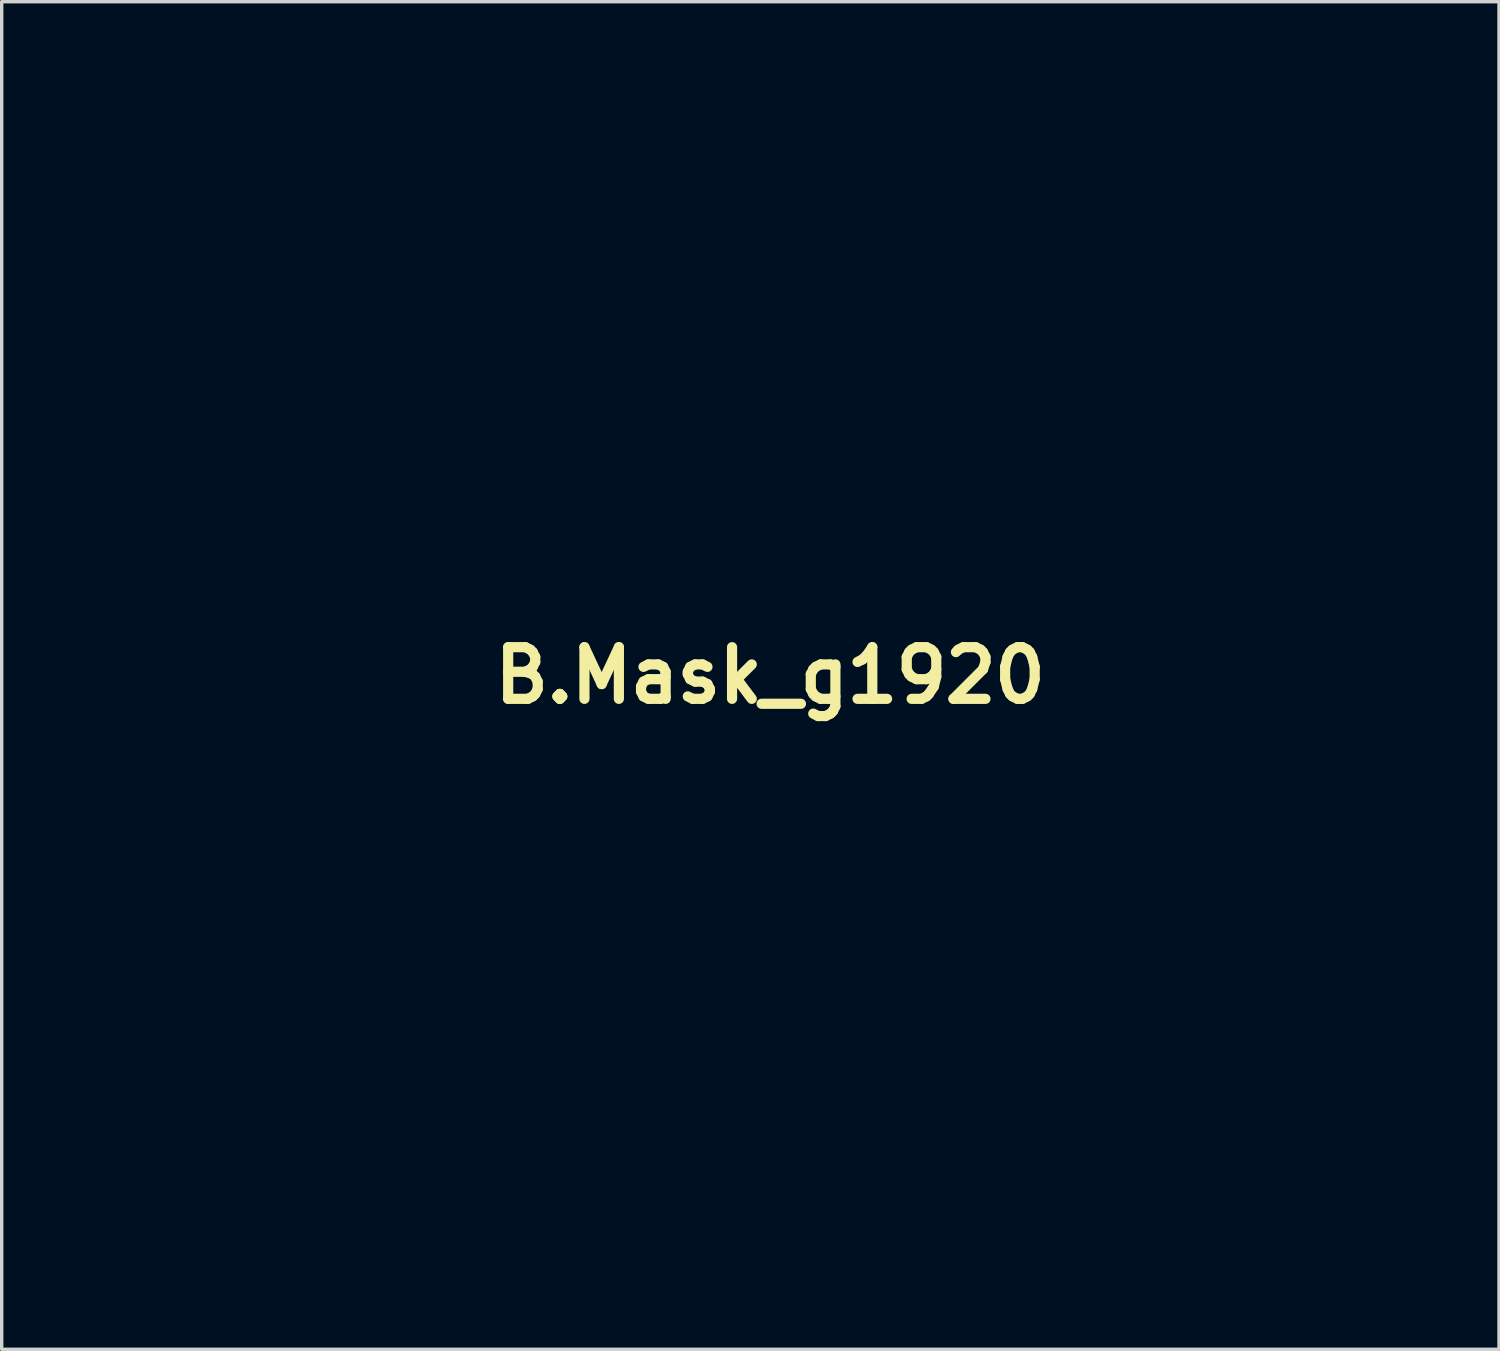
<source format=kicad_pcb>
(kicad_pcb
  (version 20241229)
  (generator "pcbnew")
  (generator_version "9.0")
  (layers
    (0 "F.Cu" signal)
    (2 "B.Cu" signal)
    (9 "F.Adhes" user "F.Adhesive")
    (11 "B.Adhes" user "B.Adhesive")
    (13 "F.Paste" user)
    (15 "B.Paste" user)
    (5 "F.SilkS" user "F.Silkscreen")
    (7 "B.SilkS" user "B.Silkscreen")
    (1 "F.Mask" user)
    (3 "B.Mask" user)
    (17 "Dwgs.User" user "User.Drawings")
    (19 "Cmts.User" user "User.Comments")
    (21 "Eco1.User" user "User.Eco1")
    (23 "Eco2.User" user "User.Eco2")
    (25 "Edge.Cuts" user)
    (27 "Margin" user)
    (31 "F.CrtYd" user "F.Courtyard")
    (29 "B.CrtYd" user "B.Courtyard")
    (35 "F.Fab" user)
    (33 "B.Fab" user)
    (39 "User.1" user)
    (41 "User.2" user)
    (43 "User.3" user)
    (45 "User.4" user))
  (footprint "B.Mask_g1920"
    (layer "F.Cu")
    (at 19.669 16.875)
    (property "Reference" "B.Mask_g1920" (at 0 0 0) (layer "F.SilkS") (effects (font (size 1.524 1.524) (thickness 0.3))))
    (attr through_hole)
    (fp_poly (pts (xy -3.775 -3.817) (xy -3.544 -3.67) (xy -3.49 -3.619) (xy -3.333 -3.41) (xy -3.245 -3.176) (xy -3.221 -2.932) (xy -3.262 -2.694) (xy -3.363 -2.476) (xy -3.523 -2.296) (xy -3.694 -2.187) (xy -3.967 -2.085) (xy -4.205 -2.054) (xy -4.339 -2.072) (xy -4.593 -2.172) (xy -4.8 -2.33) (xy -4.954 -2.534) (xy -5.044 -2.77) (xy -5.063 -3.025) (xy -5.04 -3.166) (xy -4.943 -3.427) (xy -4.793 -3.627) (xy -4.583 -3.775) (xy -4.567 -3.784) (xy -4.297 -3.876) (xy -4.029 -3.887) (xy -3.775 -3.817)) (stroke (width 0.01) (type solid)) (fill yes) (layer "B.Mask"))
    (fp_poly (pts (xy -4.897 1.018) (xy -4.771 1.091) (xy -4.77 1.092) (xy -4.608 1.174) (xy -4.413 1.244) (xy -4.296 1.273) (xy -4.023 1.328) (xy -4.047 1.5) (xy -4.088 1.715) (xy -4.149 1.877) (xy -4.245 2.017) (xy -4.334 2.112) (xy -4.539 2.26) (xy -4.78 2.349) (xy -5.032 2.374) (xy -5.275 2.331) (xy -5.382 2.286) (xy -5.59 2.134) (xy -5.751 1.93) (xy -5.854 1.697) (xy -5.884 1.486) (xy -5.881 1.392) (xy -5.858 1.334) (xy -5.8 1.297) (xy -5.687 1.27) (xy -5.569 1.249) (xy -5.371 1.191) (xy -5.157 1.088) (xy -5.036 1.011) (xy -4.979 0.994) (xy -4.897 1.018)) (stroke (width 0.01) (type solid)) (fill yes) (layer "B.Mask"))
    (fp_poly (pts (xy -5.503 -0.441) (xy -5.248 -0.318) (xy -5.274 -0.048) (xy -5.277 0.216) (xy -5.23 0.488) (xy -5.225 0.51) (xy -5.185 0.691) (xy -5.184 0.812) (xy -5.233 0.892) (xy -5.341 0.951) (xy -5.474 0.995) (xy -5.717 1.047) (xy -5.926 1.043) (xy -6.09 1) (xy -6.268 0.907) (xy -6.44 0.768) (xy -6.576 0.61) (xy -6.619 0.536) (xy -6.654 0.42) (xy -6.678 0.262) (xy -6.689 0.09) (xy -6.685 -0.066) (xy -6.665 -0.177) (xy -6.655 -0.2) (xy -6.598 -0.236) (xy -6.485 -0.276) (xy -6.391 -0.299) (xy -6.212 -0.35) (xy -6.027 -0.422) (xy -5.958 -0.456) (xy -5.757 -0.564) (xy -5.503 -0.441)) (stroke (width 0.01) (type solid)) (fill yes) (layer "B.Mask"))
    (fp_poly (pts (xy -3.035 -2.297) (xy -2.897 -2.223) (xy -2.894 -2.221) (xy -2.701 -2.063) (xy -2.566 -1.859) (xy -2.49 -1.626) (xy -2.474 -1.381) (xy -2.518 -1.139) (xy -2.624 -0.918) (xy -2.791 -0.733) (xy -2.841 -0.695) (xy -3.086 -0.569) (xy -3.344 -0.516) (xy -3.597 -0.538) (xy -3.747 -0.591) (xy -3.891 -0.662) (xy -3.97 -0.718) (xy -3.991 -0.78) (xy -3.965 -0.872) (xy -3.913 -0.99) (xy -3.85 -1.143) (xy -3.819 -1.277) (xy -3.813 -1.433) (xy -3.816 -1.534) (xy -3.831 -1.836) (xy -3.591 -1.976) (xy -3.45 -2.067) (xy -3.33 -2.16) (xy -3.267 -2.223) (xy -3.197 -2.297) (xy -3.128 -2.321) (xy -3.035 -2.297)) (stroke (width 0.01) (type solid)) (fill yes) (layer "B.Mask"))
    (fp_poly (pts (xy -4.716 -1.986) (xy -4.552 -1.914) (xy -4.388 -1.857) (xy -4.281 -1.833) (xy -4.166 -1.81) (xy -4.091 -1.781) (xy -4.081 -1.771) (xy -4.056 -1.678) (xy -4.051 -1.531) (xy -4.063 -1.359) (xy -4.091 -1.191) (xy -4.131 -1.054) (xy -4.143 -1.028) (xy -4.298 -0.808) (xy -4.504 -0.645) (xy -4.744 -0.545) (xy -5.002 -0.516) (xy -5.223 -0.552) (xy -5.444 -0.657) (xy -5.63 -0.821) (xy -5.772 -1.026) (xy -5.86 -1.255) (xy -5.886 -1.491) (xy -5.843 -1.712) (xy -5.786 -1.796) (xy -5.685 -1.82) (xy -5.679 -1.82) (xy -5.581 -1.839) (xy -5.439 -1.889) (xy -5.281 -1.96) (xy -5.265 -1.968) (xy -4.974 -2.116) (xy -4.716 -1.986)) (stroke (width 0.01) (type solid)) (fill yes) (layer "B.Mask"))
    (fp_poly (pts (xy -6.758 -2.299) (xy -6.649 -2.223) (xy -6.611 -2.188) (xy -6.473 -2.071) (xy -6.316 -1.961) (xy -6.269 -1.932) (xy -6.083 -1.827) (xy -6.092 -1.508) (xy -6.09 -1.3) (xy -6.066 -1.14) (xy -6.015 -0.994) (xy -6.014 -0.991) (xy -5.964 -0.871) (xy -5.932 -0.783) (xy -5.927 -0.757) (xy -5.964 -0.71) (xy -6.06 -0.653) (xy -6.193 -0.597) (xy -6.337 -0.551) (xy -6.469 -0.526) (xy -6.647 -0.528) (xy -6.813 -0.561) (xy -6.826 -0.566) (xy -7.067 -0.695) (xy -7.253 -0.874) (xy -7.38 -1.088) (xy -7.447 -1.324) (xy -7.451 -1.567) (xy -7.388 -1.805) (xy -7.257 -2.024) (xy -7.128 -2.153) (xy -6.977 -2.265) (xy -6.86 -2.313) (xy -6.758 -2.299)) (stroke (width 0.01) (type solid)) (fill yes) (layer "B.Mask"))
    (fp_poly (pts (xy -5.617 -3.876) (xy -5.449 -3.832) (xy -5.301 -3.771) (xy -5.202 -3.703) (xy -5.185 -3.682) (xy -5.179 -3.618) (xy -5.194 -3.497) (xy -5.225 -3.343) (xy -5.231 -3.317) (xy -5.271 -3.143) (xy -5.286 -3.015) (xy -5.28 -2.898) (xy -5.253 -2.762) (xy -5.206 -2.552) (xy -5.179 -2.409) (xy -5.176 -2.316) (xy -5.198 -2.257) (xy -5.249 -2.215) (xy -5.33 -2.174) (xy -5.341 -2.169) (xy -5.595 -2.083) (xy -5.846 -2.056) (xy -6.001 -2.074) (xy -6.239 -2.17) (xy -6.436 -2.332) (xy -6.584 -2.545) (xy -6.67 -2.795) (xy -6.689 -2.98) (xy -6.677 -3.184) (xy -6.634 -3.341) (xy -6.546 -3.487) (xy -6.47 -3.579) (xy -6.258 -3.759) (xy -6.009 -3.864) (xy -5.779 -3.893) (xy -5.617 -3.876)) (stroke (width 0.01) (type solid)) (fill yes) (layer "B.Mask"))
    (fp_poly (pts (xy -3.967 -0.451) (xy -3.801 -0.379) (xy -3.623 -0.321) (xy -3.542 -0.302) (xy -3.39 -0.266) (xy -3.301 -0.217) (xy -3.254 -0.135) (xy -3.23 -0.009) (xy -3.232 0.249) (xy -3.302 0.496) (xy -3.431 0.705) (xy -3.46 0.737) (xy -3.642 0.897) (xy -3.828 0.992) (xy -4.049 1.04) (xy -4.103 1.045) (xy -4.264 1.049) (xy -4.396 1.024) (xy -4.546 0.96) (xy -4.563 0.951) (xy -4.78 0.804) (xy -4.933 0.609) (xy -5.032 0.357) (xy -5.043 0.31) (xy -5.071 0.138) (xy -5.063 -0.002) (xy -5.043 -0.083) (xy -5 -0.194) (xy -4.938 -0.254) (xy -4.825 -0.292) (xy -4.814 -0.295) (xy -4.671 -0.34) (xy -4.503 -0.408) (xy -4.412 -0.451) (xy -4.188 -0.562) (xy -3.967 -0.451)) (stroke (width 0.01) (type solid)) (fill yes) (layer "B.Mask"))
    (fp_poly (pts (xy 7.493 10.251) (xy 7.126 10.671) (xy 6.76 11.091) (xy 4.836 11.091) (xy 3.937 10.127) (xy 3.937 7.832) (xy 5.503 7.832) (xy 5.503 7.927) (xy 5.498 7.999) (xy 5.484 8.14) (xy 5.464 8.332) (xy 5.439 8.56) (xy 5.419 8.742) (xy 5.391 8.98) (xy 5.367 9.188) (xy 5.349 9.353) (xy 5.338 9.459) (xy 5.335 9.492) (xy 5.367 9.526) (xy 5.451 9.593) (xy 5.569 9.679) (xy 5.701 9.77) (xy 5.829 9.853) (xy 5.877 9.882) (xy 5.902 9.883) (xy 5.916 9.841) (xy 5.92 9.744) (xy 5.915 9.581) (xy 5.909 9.477) (xy 5.899 9.278) (xy 5.888 9.021) (xy 5.876 8.735) (xy 5.865 8.444) (xy 5.86 8.308) (xy 5.835 7.578) (xy 7.493 7.578) (xy 7.493 10.251)) (stroke (width 0.01) (type solid)) (fill yes) (layer "B.Mask"))
    (fp_poly (pts (xy -5.019 6.087) (xy -4.944 6.165) (xy -4.852 6.269) (xy -4.762 6.377) (xy -4.691 6.47) (xy -4.658 6.527) (xy -4.657 6.532) (xy -4.686 6.564) (xy -4.767 6.639) (xy -4.884 6.747) (xy -5.025 6.875) (xy -5.177 7.011) (xy -5.327 7.144) (xy -5.46 7.261) (xy -5.565 7.351) (xy -5.627 7.401) (xy -5.638 7.408) (xy -5.676 7.386) (xy -5.772 7.327) (xy -5.912 7.239) (xy -6.082 7.13) (xy -6.117 7.108) (xy -6.294 6.993) (xy -6.447 6.892) (xy -6.559 6.816) (xy -6.617 6.775) (xy -6.621 6.772) (xy -6.615 6.726) (xy -6.575 6.628) (xy -6.514 6.498) (xy -6.441 6.357) (xy -6.366 6.226) (xy -6.299 6.124) (xy -6.279 6.098) (xy -6.244 6.118) (xy -6.164 6.187) (xy -6.049 6.293) (xy -5.946 6.394) (xy -5.629 6.709) (xy -5.524 6.583) (xy -5.437 6.476) (xy -5.329 6.34) (xy -5.262 6.255) (xy -5.172 6.148) (xy -5.097 6.076) (xy -5.061 6.056) (xy -5.019 6.087)) (stroke (width 0.01) (type solid)) (fill yes) (layer "B.Mask"))
    (fp_poly (pts (xy 2.714 7.647) (xy 3.768 7.72) (xy 3.768 7.85) (xy 3.765 7.921) (xy 3.755 8.066) (xy 3.739 8.275) (xy 3.717 8.537) (xy 3.692 8.841) (xy 3.663 9.177) (xy 3.634 9.514) (xy 3.499 11.049) (xy 2.296 11.049) (xy 2.354 10.742) (xy 2.387 10.571) (xy 2.417 10.418) (xy 2.438 10.314) (xy 2.438 10.313) (xy 2.445 10.266) (xy 2.432 10.248) (xy 2.39 10.264) (xy 2.31 10.32) (xy 2.181 10.42) (xy 2.047 10.527) (xy 1.872 10.667) (xy 1.707 10.797) (xy 1.57 10.904) (xy 1.482 10.971) (xy 1.333 11.079) (xy 0.794 10.863) (xy 0.598 10.782) (xy 0.434 10.711) (xy 0.316 10.655) (xy 0.258 10.621) (xy 0.254 10.616) (xy 0.285 10.579) (xy 0.37 10.5) (xy 0.496 10.388) (xy 0.653 10.256) (xy 0.701 10.217) (xy 1.147 9.849) (xy 0.889 9.588) (xy 0.63 9.327) (xy 0.672 8.851) (xy 1.944 8.851) (xy 2.081 9.042) (xy 2.169 9.154) (xy 2.239 9.209) (xy 2.314 9.222) (xy 2.348 9.22) (xy 2.432 9.203) (xy 2.472 9.157) (xy 2.489 9.054) (xy 2.49 9.04) (xy 2.492 8.889) (xy 2.48 8.744) (xy 2.478 8.733) (xy 2.452 8.594) (xy 1.944 8.851) (xy 0.672 8.851) (xy 0.675 8.823) (xy 0.692 8.622) (xy 0.706 8.45) (xy 0.716 8.326) (xy 0.719 8.269) (xy 0.753 8.228) (xy 0.843 8.15) (xy 0.979 8.046) (xy 1.146 7.926) (xy 1.19 7.896) (xy 1.66 7.573) (xy 2.714 7.647)) (stroke (width 0.01) (type solid)) (fill yes) (layer "B.Mask"))
    (fp_poly (pts (xy -4.321 8.244) (xy -4.102 8.472) (xy -3.938 8.647) (xy -3.82 8.777) (xy -3.744 8.87) (xy -3.703 8.933) (xy -3.691 8.973) (xy -3.702 8.999) (xy -3.71 9.006) (xy -3.77 9.043) (xy -3.891 9.112) (xy -4.057 9.206) (xy -4.256 9.316) (xy -4.41 9.4) (xy -4.617 9.515) (xy -4.795 9.618) (xy -4.933 9.701) (xy -5.017 9.757) (xy -5.038 9.777) (xy -5.009 9.83) (xy -4.976 9.862) (xy -4.935 9.878) (xy -4.87 9.868) (xy -4.766 9.828) (xy -4.611 9.754) (xy -4.461 9.677) (xy -4.283 9.585) (xy -4.132 9.51) (xy -4.025 9.459) (xy -3.977 9.44) (xy -3.976 9.44) (xy -3.943 9.473) (xy -3.877 9.561) (xy -3.791 9.684) (xy -3.697 9.825) (xy -3.606 9.966) (xy -3.53 10.089) (xy -3.482 10.175) (xy -3.471 10.205) (xy -3.504 10.239) (xy -3.594 10.314) (xy -3.729 10.42) (xy -3.9 10.549) (xy -4.027 10.643) (xy -4.583 11.049) (xy -6.256 11.049) (xy -6.578 10.482) (xy -6.689 10.285) (xy -6.784 10.115) (xy -6.854 9.984) (xy -6.894 9.907) (xy -6.9 9.892) (xy -6.867 9.862) (xy -6.774 9.792) (xy -6.633 9.69) (xy -6.453 9.564) (xy -6.246 9.422) (xy -6.224 9.407) (xy -5.548 8.945) (xy -5.642 8.857) (xy -5.736 8.768) (xy -6.075 8.976) (xy -6.228 9.067) (xy -6.357 9.138) (xy -6.442 9.179) (xy -6.463 9.185) (xy -6.51 9.156) (xy -6.598 9.075) (xy -6.716 8.955) (xy -6.838 8.821) (xy -7.163 8.456) (xy -6.246 7.535) (xy -5.002 7.535) (xy -4.321 8.244)) (stroke (width 0.01) (type solid)) (fill yes) (layer "B.Mask"))
    (fp_poly (pts (xy -0.316 7.898) (xy -0.122 8.012) (xy 0.048 8.113) (xy 0.177 8.193) (xy 0.254 8.242) (xy 0.268 8.252) (xy 0.282 8.299) (xy 0.307 8.411) (xy 0.339 8.574) (xy 0.376 8.77) (xy 0.415 8.984) (xy 0.453 9.2) (xy 0.487 9.401) (xy 0.514 9.571) (xy 0.531 9.696) (xy 0.537 9.757) (xy 0.535 9.761) (xy 0.502 9.787) (xy 0.413 9.859) (xy 0.275 9.971) (xy 0.099 10.113) (xy -0.106 10.28) (xy -0.261 10.406) (xy -0.484 10.586) (xy -0.688 10.746) (xy -0.862 10.879) (xy -0.997 10.977) (xy -1.083 11.034) (xy -1.108 11.045) (xy -1.179 11.033) (xy -1.299 11.005) (xy -1.376 10.986) (xy -1.487 10.958) (xy -1.662 10.914) (xy -1.883 10.86) (xy -2.131 10.8) (xy -2.335 10.75) (xy -3.083 10.571) (xy -3.212 9.889) (xy -3.258 9.645) (xy -3.3 9.417) (xy -3.335 9.225) (xy -3.36 9.086) (xy -3.368 9.038) (xy -3.376 8.976) (xy -3.374 8.944) (xy -1.82 8.944) (xy -1.82 9.433) (xy -1.64 9.497) (xy -1.505 9.542) (xy -1.413 9.556) (xy -1.331 9.535) (xy -1.224 9.474) (xy -1.172 9.441) (xy -0.974 9.315) (xy -1.088 9.081) (xy -1.152 8.958) (xy -1.21 8.886) (xy -1.284 8.857) (xy -1.395 8.862) (xy -1.565 8.893) (xy -1.58 8.896) (xy -1.82 8.944) (xy -3.374 8.944) (xy -3.373 8.921) (xy -3.353 8.862) (xy -3.308 8.788) (xy -3.231 8.686) (xy -3.116 8.547) (xy -2.955 8.359) (xy -2.883 8.276) (xy -2.714 8.083) (xy -2.558 7.912) (xy -2.425 7.771) (xy -2.327 7.673) (xy -2.275 7.631) (xy -2.183 7.607) (xy -2.01 7.59) (xy -1.754 7.58) (xy -1.523 7.578) (xy -0.866 7.578) (xy -0.316 7.898)) (stroke (width 0.01) (type solid)) (fill yes) (layer "B.Mask"))
    (fp_poly (pts (xy 2.369 -7.773) (xy 2.756 -7.735) (xy 3.096 -7.669) (xy 3.111 -7.664) (xy 3.65 -7.476) (xy 4.147 -7.217) (xy 4.598 -6.892) (xy 4.997 -6.508) (xy 5.339 -6.07) (xy 5.617 -5.585) (xy 5.826 -5.058) (xy 5.909 -4.753) (xy 5.95 -4.496) (xy 5.971 -4.184) (xy 5.971 -3.847) (xy 5.952 -3.512) (xy 5.914 -3.207) (xy 5.885 -3.063) (xy 5.77 -2.685) (xy 5.603 -2.29) (xy 5.402 -1.916) (xy 5.3 -1.757) (xy 5.127 -1.503) (xy 5.303 -1.323) (xy 5.478 -1.143) (xy 5.614 -1.275) (xy 5.749 -1.406) (xy 6.992 -0.192) (xy 7.388 0.196) (xy 7.728 0.53) (xy 8.015 0.814) (xy 8.255 1.054) (xy 8.451 1.252) (xy 8.608 1.415) (xy 8.73 1.547) (xy 8.822 1.651) (xy 8.888 1.734) (xy 8.932 1.798) (xy 8.959 1.85) (xy 8.959 1.851) (xy 9.012 2.071) (xy 8.99 2.285) (xy 8.906 2.481) (xy 8.768 2.646) (xy 8.589 2.77) (xy 8.378 2.839) (xy 8.146 2.842) (xy 8.097 2.834) (xy 7.958 2.788) (xy 7.843 2.729) (xy 7.779 2.679) (xy 7.671 2.585) (xy 7.517 2.443) (xy 7.316 2.252) (xy 7.064 2.01) (xy 6.76 1.715) (xy 6.403 1.366) (xy 5.989 0.96) (xy 5.586 0.563) (xy 4.675 -0.337) (xy 4.793 -0.456) (xy 4.912 -0.574) (xy 4.727 -0.756) (xy 4.542 -0.937) (xy 4.232 -0.737) (xy 3.85 -0.522) (xy 3.425 -0.339) (xy 2.998 -0.204) (xy 2.919 -0.185) (xy 2.614 -0.137) (xy 2.259 -0.113) (xy 1.884 -0.114) (xy 1.521 -0.14) (xy 1.199 -0.189) (xy 1.131 -0.204) (xy 0.568 -0.383) (xy 0.051 -0.631) (xy -0.416 -0.945) (xy -0.828 -1.32) (xy -1.182 -1.753) (xy -1.473 -2.24) (xy -1.698 -2.778) (xy -1.718 -2.836) (xy -1.767 -3) (xy -1.801 -3.15) (xy -1.825 -3.311) (xy -1.84 -3.505) (xy -1.85 -3.756) (xy -1.852 -3.81) (xy -1.856 -4.129) (xy -1.097 -4.129) (xy -1.094 -3.91) (xy -1.09 -3.811) (xy -1.04 -3.345) (xy -0.931 -2.925) (xy -0.757 -2.535) (xy -0.511 -2.163) (xy -0.188 -1.796) (xy -0.169 -1.777) (xy 0.17 -1.477) (xy 0.535 -1.239) (xy 0.942 -1.055) (xy 1.404 -0.917) (xy 1.609 -0.873) (xy 1.74 -0.861) (xy 1.93 -0.86) (xy 2.154 -0.868) (xy 2.389 -0.885) (xy 2.608 -0.907) (xy 2.788 -0.935) (xy 2.857 -0.951) (xy 3.008 -1) (xy 3.203 -1.076) (xy 3.41 -1.167) (xy 3.514 -1.216) (xy 3.706 -1.316) (xy 3.863 -1.412) (xy 4.009 -1.524) (xy 4.168 -1.67) (xy 4.297 -1.797) (xy 4.635 -2.184) (xy 4.892 -2.587) (xy 5.071 -3.012) (xy 5.175 -3.467) (xy 5.207 -3.937) (xy 5.167 -4.449) (xy 5.049 -4.932) (xy 4.856 -5.381) (xy 4.592 -5.792) (xy 4.261 -6.157) (xy 3.866 -6.473) (xy 3.411 -6.733) (xy 3.404 -6.736) (xy 3.087 -6.87) (xy 2.786 -6.958) (xy 2.471 -7.008) (xy 2.11 -7.026) (xy 2.049 -7.027) (xy 1.604 -7.004) (xy 1.205 -6.931) (xy 0.83 -6.801) (xy 0.65 -6.717) (xy 0.193 -6.443) (xy -0.199 -6.115) (xy -0.525 -5.735) (xy -0.784 -5.304) (xy -0.974 -4.825) (xy -1.022 -4.654) (xy -1.064 -4.47) (xy -1.088 -4.305) (xy -1.097 -4.129) (xy -1.856 -4.129) (xy -1.857 -4.135) (xy -1.849 -4.394) (xy -1.828 -4.605) (xy -1.807 -4.721) (xy -1.652 -5.258) (xy -1.423 -5.76) (xy -1.127 -6.221) (xy -0.769 -6.635) (xy -0.357 -6.995) (xy 0.104 -7.297) (xy 0.608 -7.533) (xy 1.149 -7.697) (xy 1.227 -7.714) (xy 1.574 -7.764) (xy 1.965 -7.783) (xy 2.369 -7.773)) (stroke (width 0.01) (type solid)) (fill yes) (layer "B.Mask"))
    (fp_poly (pts (xy 1.952 -16.758) (xy 2.117 -16.668) (xy 2.279 -16.56) (xy 2.357 -16.496) (xy 2.431 -16.427) (xy 2.495 -16.357) (xy 2.554 -16.279) (xy 2.608 -16.186) (xy 2.661 -16.071) (xy 2.714 -15.925) (xy 2.771 -15.743) (xy 2.833 -15.516) (xy 2.903 -15.238) (xy 2.983 -14.902) (xy 3.075 -14.499) (xy 3.183 -14.023) (xy 3.221 -13.854) (xy 3.312 -13.449) (xy 3.399 -13.069) (xy 3.479 -12.722) (xy 3.551 -12.417) (xy 3.612 -12.16) (xy 3.66 -11.961) (xy 3.695 -11.827) (xy 3.713 -11.766) (xy 3.715 -11.763) (xy 3.761 -11.741) (xy 3.875 -11.691) (xy 4.049 -11.617) (xy 4.272 -11.524) (xy 4.534 -11.417) (xy 4.826 -11.298) (xy 4.963 -11.242) (xy 6.18 -10.75) (xy 7.984 -11.857) (xy 8.345 -12.077) (xy 8.69 -12.287) (xy 9.011 -12.481) (xy 9.3 -12.654) (xy 9.549 -12.803) (xy 9.75 -12.921) (xy 9.897 -13.005) (xy 9.979 -13.05) (xy 9.985 -13.052) (xy 10.126 -13.103) (xy 10.287 -13.132) (xy 10.498 -13.143) (xy 10.542 -13.143) (xy 10.733 -13.14) (xy 10.873 -13.125) (xy 10.996 -13.09) (xy 11.137 -13.029) (xy 11.181 -13.007) (xy 11.251 -12.97) (xy 11.323 -12.925) (xy 11.403 -12.867) (xy 11.498 -12.789) (xy 11.612 -12.686) (xy 11.752 -12.554) (xy 11.924 -12.385) (xy 12.134 -12.176) (xy 12.386 -11.92) (xy 12.689 -11.612) (xy 12.901 -11.394) (xy 13.192 -11.095) (xy 13.468 -10.809) (xy 13.723 -10.542) (xy 13.949 -10.302) (xy 14.142 -10.096) (xy 14.295 -9.929) (xy 14.4 -9.809) (xy 14.453 -9.743) (xy 14.454 -9.742) (xy 14.598 -9.435) (xy 14.667 -9.099) (xy 14.659 -8.744) (xy 14.598 -8.459) (xy 14.564 -8.388) (xy 14.487 -8.253) (xy 14.372 -8.063) (xy 14.224 -7.825) (xy 14.047 -7.547) (xy 13.847 -7.237) (xy 13.627 -6.9) (xy 13.415 -6.578) (xy 12.285 -4.877) (xy 12.877 -3.592) (xy 13.02 -3.284) (xy 13.153 -2.999) (xy 13.273 -2.747) (xy 13.374 -2.538) (xy 13.452 -2.381) (xy 13.502 -2.284) (xy 13.518 -2.259) (xy 13.569 -2.241) (xy 13.694 -2.207) (xy 13.885 -2.161) (xy 14.134 -2.103) (xy 14.432 -2.036) (xy 14.771 -1.961) (xy 15.143 -1.881) (xy 15.515 -1.802) (xy 16.061 -1.687) (xy 16.526 -1.586) (xy 16.911 -1.499) (xy 17.218 -1.425) (xy 17.45 -1.365) (xy 17.607 -1.318) (xy 17.679 -1.289) (xy 17.889 -1.155) (xy 18.096 -0.967) (xy 18.274 -0.75) (xy 18.386 -0.56) (xy 18.409 -0.508) (xy 18.428 -0.455) (xy 18.443 -0.391) (xy 18.455 -0.31) (xy 18.464 -0.201) (xy 18.472 -0.057) (xy 18.477 0.131) (xy 18.482 0.371) (xy 18.485 0.672) (xy 18.488 1.042) (xy 18.491 1.414) (xy 18.494 1.976) (xy 18.494 2.461) (xy 18.49 2.874) (xy 18.483 3.223) (xy 18.471 3.514) (xy 18.455 3.755) (xy 18.434 3.951) (xy 18.408 4.11) (xy 18.376 4.238) (xy 18.338 4.343) (xy 18.318 4.385) (xy 18.153 4.639) (xy 17.94 4.862) (xy 17.702 5.028) (xy 17.638 5.06) (xy 17.533 5.096) (xy 17.348 5.146) (xy 17.085 5.208) (xy 16.749 5.283) (xy 16.343 5.368) (xy 15.869 5.465) (xy 15.579 5.523) (xy 15.194 5.599) (xy 14.834 5.671) (xy 14.508 5.737) (xy 14.223 5.796) (xy 13.99 5.845) (xy 13.816 5.883) (xy 13.71 5.908) (xy 13.681 5.917) (xy 13.658 5.959) (xy 13.606 6.069) (xy 13.532 6.236) (xy 13.439 6.451) (xy 13.331 6.702) (xy 13.214 6.978) (xy 13.09 7.271) (xy 12.966 7.568) (xy 12.845 7.86) (xy 12.731 8.136) (xy 12.629 8.386) (xy 12.544 8.599) (xy 12.479 8.764) (xy 12.44 8.872) (xy 12.432 8.895) (xy 12.454 8.934) (xy 12.518 9.036) (xy 12.62 9.194) (xy 12.755 9.399) (xy 12.918 9.644) (xy 13.104 9.923) (xy 13.308 10.227) (xy 13.42 10.391) (xy 13.638 10.715) (xy 13.845 11.026) (xy 14.035 11.314) (xy 14.203 11.571) (xy 14.342 11.788) (xy 14.447 11.956) (xy 14.513 12.067) (xy 14.527 12.094) (xy 14.637 12.41) (xy 14.672 12.743) (xy 14.634 13.073) (xy 14.524 13.384) (xy 14.424 13.553) (xy 14.367 13.622) (xy 14.255 13.743) (xy 14.096 13.91) (xy 13.896 14.115) (xy 13.662 14.353) (xy 13.4 14.616) (xy 13.117 14.898) (xy 12.825 15.186) (xy 12.46 15.544) (xy 12.149 15.847) (xy 11.886 16.1) (xy 11.664 16.307) (xy 11.477 16.473) (xy 11.319 16.602) (xy 11.183 16.7) (xy 11.064 16.77) (xy 10.954 16.816) (xy 10.847 16.845) (xy 10.738 16.86) (xy 10.619 16.865) (xy 10.499 16.866) (xy 10.262 16.856) (xy 10.065 16.829) (xy 9.966 16.801) (xy 9.92 16.781) (xy 9.852 16.746) (xy 9.757 16.692) (xy 9.63 16.619) (xy 9.468 16.522) (xy 9.265 16.399) (xy 9.018 16.247) (xy 8.723 16.065) (xy 8.374 15.848) (xy 7.967 15.595) (xy 7.499 15.302) (xy 6.964 14.967) (xy 6.855 14.899) (xy 6.534 14.698) (xy 6.029 14.937) (xy 5.823 15.034) (xy 5.671 15.101) (xy 5.552 15.142) (xy 5.444 15.165) (xy 5.324 15.174) (xy 5.171 15.176) (xy 5.122 15.177) (xy 4.827 15.16) (xy 4.576 15.105) (xy 4.354 15.003) (xy 4.149 14.846) (xy 3.949 14.626) (xy 3.738 14.334) (xy 3.709 14.289) (xy 3.606 14.138) (xy 3.516 14.018) (xy 3.451 13.944) (xy 3.426 13.928) (xy 3.365 13.938) (xy 3.246 13.964) (xy 3.091 14.001) (xy 3.055 14.01) (xy 2.007 14.233) (xy 0.93 14.379) (xy -0.172 14.448) (xy -1.292 14.441) (xy -2.424 14.356) (xy -3.563 14.195) (xy -4.105 14.091) (xy -4.321 14.049) (xy -4.505 14.017) (xy -4.643 13.998) (xy -4.72 13.995) (xy -4.731 13.999) (xy -4.757 14.048) (xy -4.818 14.151) (xy -4.903 14.292) (xy -4.964 14.391) (xy -5.193 14.71) (xy -5.436 14.95) (xy -5.703 15.114) (xy -6.001 15.208) (xy -6.337 15.235) (xy -6.426 15.233) (xy -6.568 15.222) (xy -6.694 15.202) (xy -6.823 15.167) (xy -6.977 15.11) (xy -7.175 15.024) (xy -7.295 14.971) (xy -7.495 14.884) (xy -7.669 14.813) (xy -7.803 14.765) (xy -7.88 14.745) (xy -7.891 14.746) (xy -7.936 14.772) (xy -8.045 14.841) (xy -8.21 14.945) (xy -8.422 15.081) (xy -8.674 15.244) (xy -8.959 15.429) (xy -9.268 15.63) (xy -9.422 15.73) (xy -9.746 15.94) (xy -10.055 16.138) (xy -10.339 16.32) (xy -10.59 16.478) (xy -10.799 16.608) (xy -10.959 16.705) (xy -11.06 16.762) (xy -11.082 16.774) (xy -11.301 16.84) (xy -11.562 16.871) (xy -11.829 16.867) (xy -12.054 16.829) (xy -12.22 16.77) (xy -12.385 16.693) (xy -12.443 16.66) (xy -12.506 16.609) (xy -12.623 16.505) (xy -12.786 16.354) (xy -12.99 16.162) (xy -13.227 15.935) (xy -13.491 15.679) (xy -13.775 15.402) (xy -14.073 15.109) (xy -14.094 15.088) (xy -14.457 14.729) (xy -14.764 14.424) (xy -15.02 14.165) (xy -15.23 13.947) (xy -15.399 13.764) (xy -15.531 13.609) (xy -15.631 13.476) (xy -15.704 13.359) (xy -15.754 13.252) (xy -15.787 13.148) (xy -15.806 13.041) (xy -15.817 12.925) (xy -15.824 12.808) (xy -15.83 12.614) (xy -15.819 12.468) (xy -15.787 12.336) (xy -15.74 12.211) (xy -15.695 12.122) (xy -15.607 11.972) (xy -15.483 11.77) (xy -15.327 11.524) (xy -15.146 11.244) (xy -14.945 10.937) (xy -14.729 10.613) (xy -14.614 10.441) (xy -13.59 8.923) (xy -14.185 7.457) (xy -14.321 7.124) (xy -14.449 6.814) (xy -14.564 6.538) (xy -14.664 6.304) (xy -14.744 6.121) (xy -14.8 5.997) (xy -14.829 5.943) (xy -14.83 5.942) (xy -14.881 5.924) (xy -15.006 5.89) (xy -15.197 5.844) (xy -15.445 5.786) (xy -15.741 5.719) (xy -16.078 5.645) (xy -16.446 5.566) (xy -16.743 5.504) (xy -17.174 5.412) (xy -17.573 5.325) (xy -17.93 5.245) (xy -18.24 5.173) (xy -18.493 5.111) (xy -18.681 5.061) (xy -18.797 5.025) (xy -18.817 5.017) (xy -19.115 4.84) (xy -19.354 4.602) (xy -19.524 4.328) (xy -19.664 4.045) (xy -19.664 2.873) (xy -18.028 2.873) (xy -18.027 3.133) (xy -18.026 3.339) (xy -18.025 3.481) (xy -18.022 3.55) (xy -18.021 3.556) (xy -17.978 3.564) (xy -17.86 3.589) (xy -17.677 3.627) (xy -17.435 3.678) (xy -17.143 3.739) (xy -16.81 3.81) (xy -16.444 3.887) (xy -16.11 3.958) (xy -15.611 4.065) (xy -15.171 4.162) (xy -14.796 4.248) (xy -14.488 4.321) (xy -14.253 4.382) (xy -14.093 4.428) (xy -14.022 4.455) (xy -13.84 4.573) (xy -13.652 4.739) (xy -13.489 4.926) (xy -13.423 5.023) (xy -13.391 5.087) (xy -13.332 5.221) (xy -13.247 5.416) (xy -13.143 5.662) (xy -13.021 5.953) (xy -12.886 6.277) (xy -12.741 6.628) (xy -12.655 6.837) (xy -11.961 8.53) (xy -11.961 8.954) (xy -11.964 9.162) (xy -11.976 9.31) (xy -11.999 9.422) (xy -12.039 9.523) (xy -12.062 9.567) (xy -12.107 9.644) (xy -12.194 9.781) (xy -12.318 9.972) (xy -12.472 10.206) (xy -12.651 10.476) (xy -12.849 10.773) (xy -13.06 11.087) (xy -13.135 11.197) (xy -13.345 11.509) (xy -13.541 11.8) (xy -13.717 12.063) (xy -13.868 12.289) (xy -13.988 12.471) (xy -14.074 12.601) (xy -14.119 12.672) (xy -14.125 12.683) (xy -14.101 12.723) (xy -14.023 12.815) (xy -13.899 12.948) (xy -13.736 13.118) (xy -13.543 13.315) (xy -13.326 13.532) (xy -13.094 13.762) (xy -12.855 13.997) (xy -12.616 14.23) (xy -12.384 14.453) (xy -12.167 14.659) (xy -11.974 14.839) (xy -11.811 14.988) (xy -11.687 15.097) (xy -11.609 15.158) (xy -11.585 15.169) (xy -11.54 15.14) (xy -11.432 15.069) (xy -11.268 14.963) (xy -11.057 14.826) (xy -10.806 14.663) (xy -10.523 14.479) (xy -10.216 14.279) (xy -10.096 14.201) (xy -9.778 13.994) (xy -9.478 13.8) (xy -9.205 13.624) (xy -8.966 13.471) (xy -8.771 13.346) (xy -8.627 13.256) (xy -8.542 13.205) (xy -8.529 13.197) (xy -8.418 13.153) (xy -8.262 13.108) (xy -8.137 13.079) (xy -7.95 13.054) (xy -7.765 13.058) (xy -7.566 13.093) (xy -7.336 13.164) (xy -7.059 13.274) (xy -6.918 13.335) (xy -6.732 13.416) (xy -6.574 13.483) (xy -6.46 13.528) (xy -6.407 13.545) (xy -6.406 13.545) (xy -6.372 13.511) (xy -6.305 13.416) (xy -6.213 13.275) (xy -6.106 13.102) (xy -6.075 13.051) (xy -5.93 12.811) (xy -5.817 12.632) (xy -5.729 12.504) (xy -5.655 12.414) (xy -5.586 12.352) (xy -5.513 12.306) (xy -5.443 12.272) (xy -5.301 12.221) (xy -5.153 12.199) (xy -4.981 12.208) (xy -4.764 12.247) (xy -4.565 12.297) (xy -3.807 12.476) (xy -3.02 12.62) (xy -2.222 12.726) (xy -1.432 12.794) (xy -0.669 12.821) (xy 0.048 12.805) (xy 0.296 12.788) (xy 0.858 12.734) (xy 1.373 12.669) (xy 1.866 12.586) (xy 2.364 12.481) (xy 2.892 12.35) (xy 3.387 12.213) (xy 3.629 12.143) (xy 3.842 12.083) (xy 4.012 12.036) (xy 4.127 12.005) (xy 4.174 11.994) (xy 4.174 11.994) (xy 4.198 12.03) (xy 4.262 12.126) (xy 4.358 12.271) (xy 4.48 12.455) (xy 4.62 12.667) (xy 4.656 12.721) (xy 4.802 12.941) (xy 4.933 13.136) (xy 5.041 13.297) (xy 5.119 13.412) (xy 5.159 13.47) (xy 5.162 13.473) (xy 5.21 13.469) (xy 5.318 13.434) (xy 5.471 13.373) (xy 5.654 13.293) (xy 5.676 13.283) (xy 5.878 13.191) (xy 6.027 13.128) (xy 6.145 13.09) (xy 6.256 13.07) (xy 6.382 13.063) (xy 6.547 13.063) (xy 6.562 13.063) (xy 6.772 13.069) (xy 6.923 13.084) (xy 7.04 13.114) (xy 7.147 13.161) (xy 7.221 13.203) (xy 7.359 13.285) (xy 7.552 13.402) (xy 7.79 13.548) (xy 8.067 13.718) (xy 8.374 13.908) (xy 8.701 14.111) (xy 8.896 14.232) (xy 10.461 15.209) (xy 11.716 13.965) (xy 11.985 13.698) (xy 12.233 13.449) (xy 12.455 13.225) (xy 12.644 13.031) (xy 12.795 12.874) (xy 12.901 12.76) (xy 12.955 12.697) (xy 12.962 12.686) (xy 12.937 12.644) (xy 12.869 12.54) (xy 12.764 12.38) (xy 12.626 12.173) (xy 12.461 11.926) (xy 12.273 11.645) (xy 12.068 11.34) (xy 11.956 11.173) (xy 11.739 10.85) (xy 11.535 10.542) (xy 11.348 10.258) (xy 11.185 10.007) (xy 11.05 9.796) (xy 10.95 9.634) (xy 10.889 9.531) (xy 10.876 9.505) (xy 10.798 9.254) (xy 10.764 8.974) (xy 10.777 8.704) (xy 10.806 8.572) (xy 10.84 8.473) (xy 10.902 8.308) (xy 10.987 8.088) (xy 11.091 7.824) (xy 11.209 7.527) (xy 11.338 7.206) (xy 11.473 6.873) (xy 11.61 6.537) (xy 11.745 6.209) (xy 11.873 5.901) (xy 11.99 5.621) (xy 12.091 5.381) (xy 12.174 5.191) (xy 12.232 5.062) (xy 12.257 5.013) (xy 12.409 4.809) (xy 12.612 4.616) (xy 12.837 4.462) (xy 12.869 4.445) (xy 12.957 4.414) (xy 13.125 4.368) (xy 13.367 4.31) (xy 13.679 4.239) (xy 14.057 4.158) (xy 14.497 4.066) (xy 14.935 3.978) (xy 15.323 3.9) (xy 15.684 3.828) (xy 16.011 3.762) (xy 16.296 3.706) (xy 16.529 3.659) (xy 16.702 3.625) (xy 16.808 3.604) (xy 16.839 3.598) (xy 16.841 3.558) (xy 16.842 3.441) (xy 16.843 3.257) (xy 16.843 3.016) (xy 16.843 2.725) (xy 16.841 2.394) (xy 16.84 2.032) (xy 16.839 1.876) (xy 16.828 0.154) (xy 14.88 -0.257) (xy 14.39 -0.361) (xy 13.976 -0.451) (xy 13.633 -0.527) (xy 13.353 -0.593) (xy 13.13 -0.648) (xy 12.958 -0.695) (xy 12.83 -0.735) (xy 12.739 -0.77) (xy 12.709 -0.785) (xy 12.599 -0.846) (xy 12.5 -0.912) (xy 12.408 -0.99) (xy 12.319 -1.087) (xy 12.227 -1.212) (xy 12.129 -1.372) (xy 12.018 -1.574) (xy 11.89 -1.825) (xy 11.741 -2.134) (xy 11.566 -2.508) (xy 11.431 -2.799) (xy 11.275 -3.138) (xy 11.128 -3.46) (xy 10.995 -3.755) (xy 10.879 -4.013) (xy 10.785 -4.225) (xy 10.717 -4.382) (xy 10.681 -4.472) (xy 10.678 -4.479) (xy 10.64 -4.674) (xy 10.634 -4.913) (xy 10.659 -5.162) (xy 10.712 -5.386) (xy 10.743 -5.468) (xy 10.783 -5.541) (xy 10.865 -5.676) (xy 10.983 -5.865) (xy 11.134 -6.101) (xy 11.311 -6.376) (xy 11.509 -6.681) (xy 11.724 -7.008) (xy 11.912 -7.294) (xy 12.999 -8.937) (xy 11.76 -10.204) (xy 11.496 -10.475) (xy 11.25 -10.726) (xy 11.03 -10.951) (xy 10.841 -11.143) (xy 10.689 -11.297) (xy 10.581 -11.406) (xy 10.523 -11.464) (xy 10.515 -11.472) (xy 10.478 -11.451) (xy 10.377 -11.389) (xy 10.217 -11.292) (xy 10.006 -11.163) (xy 9.752 -11.007) (xy 9.46 -10.829) (xy 9.138 -10.631) (xy 8.793 -10.419) (xy 8.778 -10.41) (xy 8.424 -10.193) (xy 8.085 -9.986) (xy 7.77 -9.794) (xy 7.486 -9.622) (xy 7.243 -9.476) (xy 7.048 -9.359) (xy 6.909 -9.278) (xy 6.837 -9.237) (xy 6.722 -9.183) (xy 6.613 -9.15) (xy 6.482 -9.132) (xy 6.303 -9.126) (xy 6.223 -9.125) (xy 5.821 -9.123) (xy 4.371 -9.704) (xy 4.034 -9.841) (xy 3.716 -9.971) (xy 3.427 -10.092) (xy 3.177 -10.198) (xy 2.976 -10.285) (xy 2.834 -10.35) (xy 2.762 -10.387) (xy 2.532 -10.574) (xy 2.334 -10.808) (xy 2.191 -11.063) (xy 2.164 -11.134) (xy 2.144 -11.205) (xy 2.109 -11.35) (xy 2.059 -11.559) (xy 1.997 -11.824) (xy 1.925 -12.135) (xy 1.846 -12.483) (xy 1.761 -12.86) (xy 1.692 -13.166) (xy 1.605 -13.555) (xy 1.523 -13.922) (xy 1.448 -14.257) (xy 1.382 -14.551) (xy 1.327 -14.796) (xy 1.285 -14.983) (xy 1.258 -15.103) (xy 1.248 -15.145) (xy 1.238 -15.179) (xy 1.218 -15.203) (xy 1.175 -15.22) (xy 1.098 -15.231) (xy 0.976 -15.237) (xy 0.795 -15.239) (xy 0.544 -15.24) (xy 0.472 -15.24) (xy 0.203 -15.239) (xy -0.126 -15.235) (xy -0.491 -15.23) (xy -0.867 -15.223) (xy -1.229 -15.216) (xy -1.361 -15.212) (xy -2.44 -15.184) (xy -2.871 -13.179) (xy -2.96 -12.773) (xy -3.046 -12.386) (xy -3.127 -12.028) (xy -3.201 -11.709) (xy -3.267 -11.436) (xy -3.322 -11.219) (xy -3.363 -11.067) (xy -3.389 -10.989) (xy -3.571 -10.698) (xy -3.816 -10.463) (xy -4.008 -10.342) (xy -4.106 -10.295) (xy -4.272 -10.222) (xy -4.494 -10.127) (xy -4.761 -10.015) (xy -5.061 -9.891) (xy -5.383 -9.759) (xy -5.609 -9.668) (xy -6.964 -9.123) (xy -7.387 -9.124) (xy -7.608 -9.129) (xy -7.766 -9.144) (xy -7.882 -9.171) (xy -7.958 -9.205) (xy -8.023 -9.243) (xy -8.152 -9.321) (xy -8.337 -9.435) (xy -8.571 -9.58) (xy -8.846 -9.751) (xy -9.154 -9.943) (xy -9.488 -10.152) (xy -9.84 -10.373) (xy -9.854 -10.381) (xy -11.602 -11.479) (xy -11.886 -11.224) (xy -11.987 -11.131) (xy -12.137 -10.987) (xy -12.327 -10.802) (xy -12.548 -10.586) (xy -12.788 -10.349) (xy -13.039 -10.099) (xy -13.159 -9.979) (xy -14.147 -8.988) (xy -13.09 -7.425) (xy -12.867 -7.094) (xy -12.655 -6.778) (xy -12.46 -6.485) (xy -12.288 -6.224) (xy -12.144 -6.003) (xy -12.033 -5.831) (xy -11.96 -5.714) (xy -11.936 -5.673) (xy -11.872 -5.492) (xy -11.83 -5.262) (xy -11.813 -5.016) (xy -11.823 -4.786) (xy -11.854 -4.63) (xy -11.886 -4.542) (xy -11.946 -4.388) (xy -12.029 -4.178) (xy -12.131 -3.925) (xy -12.247 -3.639) (xy -12.372 -3.332) (xy -12.502 -3.015) (xy -12.632 -2.699) (xy -12.758 -2.395) (xy -12.874 -2.115) (xy -12.977 -1.87) (xy -13.062 -1.67) (xy -13.124 -1.528) (xy -13.156 -1.459) (xy -13.274 -1.285) (xy -13.442 -1.107) (xy -13.634 -0.951) (xy -13.814 -0.846) (xy -13.895 -0.819) (xy -14.048 -0.777) (xy -14.262 -0.721) (xy -14.529 -0.654) (xy -14.838 -0.579) (xy -15.179 -0.498) (xy -15.54 -0.414) (xy -15.6 -0.4) (xy -15.976 -0.314) (xy -16.342 -0.231) (xy -16.686 -0.152) (xy -16.997 -0.081) (xy -17.262 -0.02) (xy -17.469 0.028) (xy -17.606 0.059) (xy -17.611 0.06) (xy -18.013 0.153) (xy -18.024 1.854) (xy -18.026 2.225) (xy -18.027 2.567) (xy -18.028 2.873) (xy -19.664 2.873) (xy -19.664 -0.318) (xy -19.552 -0.555) (xy -19.386 -0.834) (xy -19.174 -1.076) (xy -18.941 -1.253) (xy -18.869 -1.286) (xy -18.75 -1.327) (xy -18.576 -1.377) (xy -18.345 -1.44) (xy -18.051 -1.514) (xy -17.688 -1.602) (xy -17.253 -1.705) (xy -16.741 -1.824) (xy -16.679 -1.839) (xy -16.272 -1.933) (xy -15.89 -2.023) (xy -15.541 -2.106) (xy -15.233 -2.18) (xy -14.974 -2.244) (xy -14.771 -2.295) (xy -14.634 -2.332) (xy -14.569 -2.353) (xy -14.565 -2.355) (xy -14.541 -2.402) (xy -14.49 -2.518) (xy -14.415 -2.693) (xy -14.32 -2.919) (xy -14.209 -3.185) (xy -14.086 -3.483) (xy -13.994 -3.708) (xy -13.456 -5.023) (xy -14.569 -6.671) (xy -14.82 -7.044) (xy -15.049 -7.39) (xy -15.254 -7.704) (xy -15.43 -7.978) (xy -15.573 -8.206) (xy -15.678 -8.381) (xy -15.742 -8.497) (xy -15.756 -8.53) (xy -15.824 -8.842) (xy -15.823 -9.17) (xy -15.757 -9.489) (xy -15.628 -9.777) (xy -15.569 -9.866) (xy -15.511 -9.934) (xy -15.399 -10.054) (xy -15.24 -10.22) (xy -15.04 -10.425) (xy -14.806 -10.662) (xy -14.545 -10.924) (xy -14.263 -11.204) (xy -13.986 -11.478) (xy -13.626 -11.832) (xy -13.319 -12.132) (xy -13.059 -12.381) (xy -12.841 -12.585) (xy -12.657 -12.748) (xy -12.502 -12.876) (xy -12.37 -12.972) (xy -12.253 -13.041) (xy -12.146 -13.09) (xy -12.042 -13.121) (xy -11.935 -13.14) (xy -11.819 -13.152) (xy -11.772 -13.156) (xy -11.653 -13.163) (xy -11.545 -13.164) (xy -11.44 -13.156) (xy -11.333 -13.134) (xy -11.214 -13.097) (xy -11.077 -13.039) (xy -10.914 -12.958) (xy -10.719 -12.85) (xy -10.484 -12.712) (xy -10.202 -12.54) (xy -9.864 -12.331) (xy -9.465 -12.081) (xy -9.32 -11.99) (xy -8.971 -11.771) (xy -8.64 -11.563) (xy -8.334 -11.372) (xy -8.063 -11.202) (xy -7.832 -11.058) (xy -7.65 -10.944) (xy -7.525 -10.866) (xy -7.465 -10.829) (xy -7.331 -10.748) (xy -6.11 -11.242) (xy -5.809 -11.364) (xy -5.533 -11.476) (xy -5.294 -11.574) (xy -5.099 -11.654) (xy -4.96 -11.712) (xy -4.885 -11.744) (xy -4.875 -11.749) (xy -4.862 -11.793) (xy -4.834 -11.907) (xy -4.794 -12.078) (xy -4.745 -12.295) (xy -4.69 -12.544) (xy -4.678 -12.602) (xy -4.617 -12.879) (xy -4.544 -13.217) (xy -4.463 -13.593) (xy -4.378 -13.985) (xy -4.294 -14.37) (xy -4.234 -14.647) (xy -4.147 -15.043) (xy -4.072 -15.365) (xy -4.006 -15.624) (xy -3.945 -15.831) (xy -3.884 -15.994) (xy -3.821 -16.125) (xy -3.752 -16.232) (xy -3.672 -16.327) (xy -3.579 -16.419) (xy -3.574 -16.424) (xy -3.317 -16.62) (xy -3.039 -16.748) (xy -2.836 -16.8) (xy -2.739 -16.81) (xy -2.563 -16.82) (xy -2.315 -16.829) (xy -2 -16.838) (xy -1.625 -16.845) (xy -1.196 -16.851) (xy -0.72 -16.856) (xy -0.445 -16.857) (xy 1.714 -16.87) (xy 1.952 -16.758)) (stroke (width 0.01) (type solid)) (fill yes) (layer "B.Mask")))
  (gr_rect
    (start -3 -3)
    (end 41.168 36.751)
    (stroke (width 0.1) (type default))
    (fill no)
    (layer "Edge.Cuts")))
</source>
